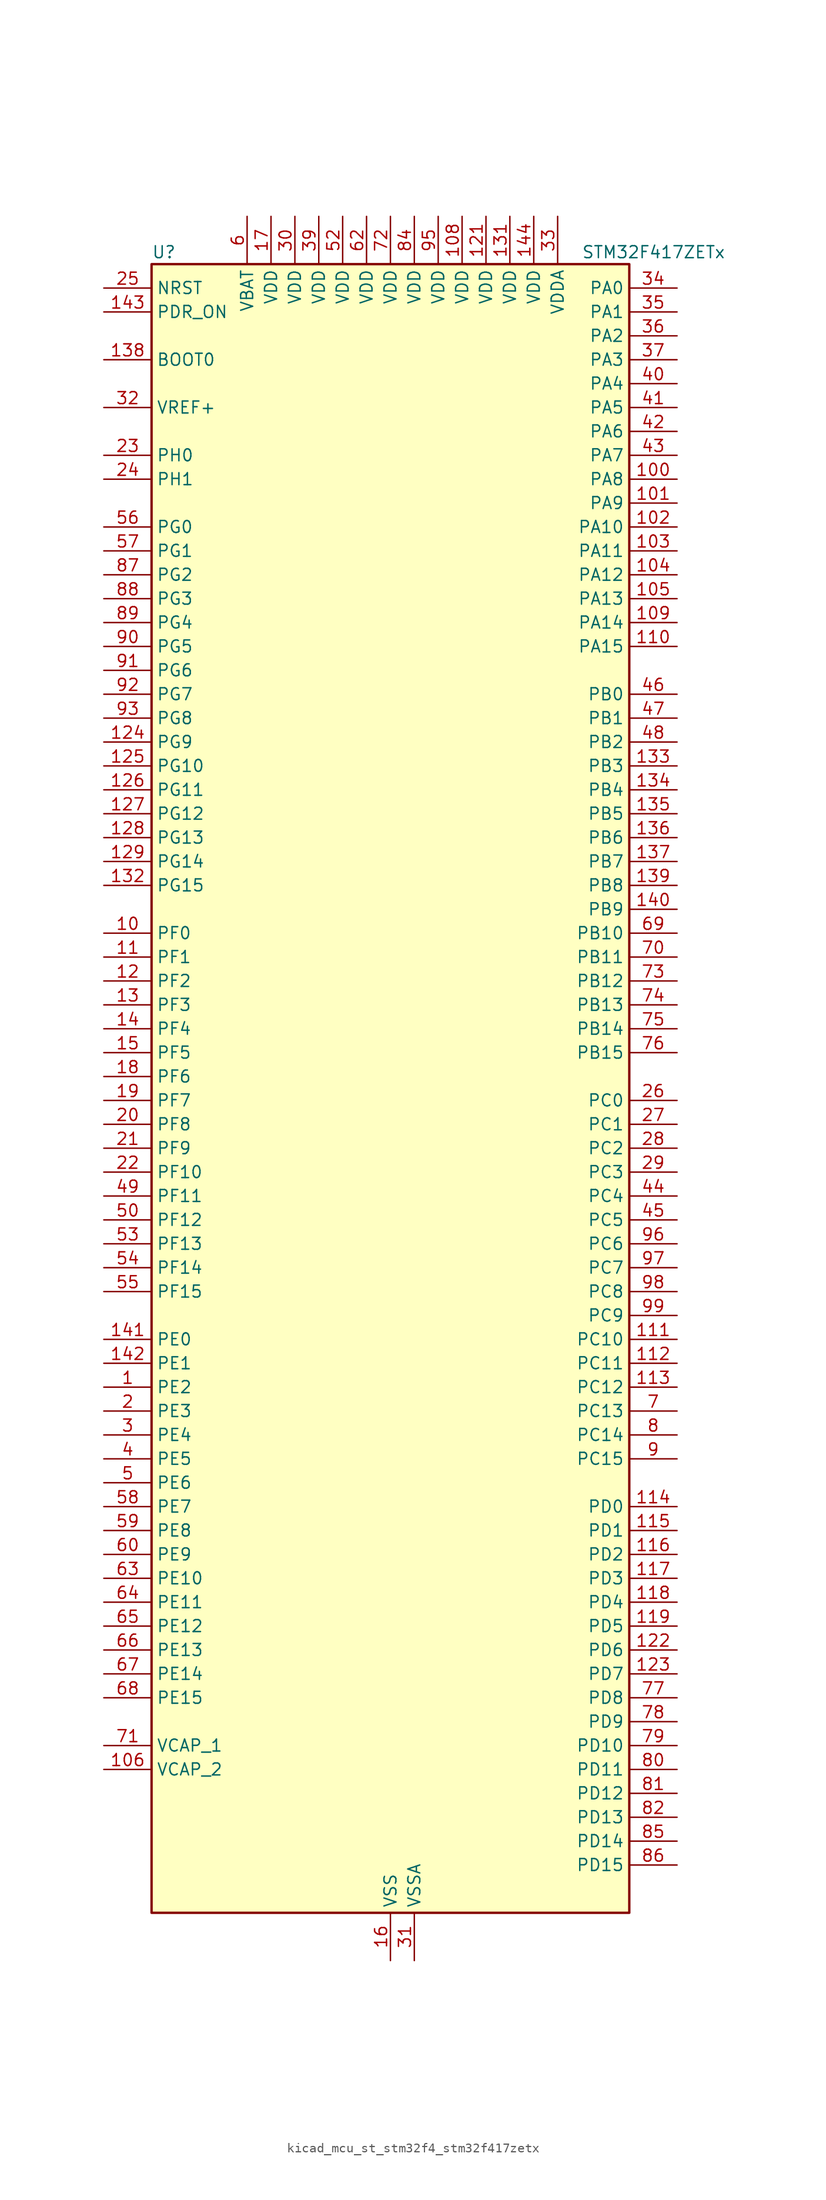
<source format=kicad_sym>
(kicad_symbol_lib
  (version 20220914)
  (generator kicad_symbol_editor)
  (symbol "kicad_mcu_st_stm32f4_stm32f417zetx"
    (property "Reference" "U"
      (at -25.4 90.17 0)
      (effects (font (size 1.27 1.27)) (justify left)))
    (property "Value" "STM32F417ZETx"
      (at 20.32 90.17 0)
      (effects (font (size 1.27 1.27)) (justify left)))
    (property "ki_locked" ""
      (at 0 0 0)
      (effects (font (size 1.27 1.27))))
    (symbol "kicad_mcu_st_stm32f4_stm32f417zetx_0_1"
      (rectangle (start -25.4 -86.36) (end 25.4 88.9) (stroke (width 0.254) (type default)) (fill (type background))))
    (symbol "kicad_mcu_st_stm32f4_stm32f417zetx_1_1"
      (pin bidirectional line (at -30.48 -30.48 0) (length 5.08) (name "PE2" (effects (font (size 1.27 1.27)))) (number "1" (effects (font (size 1.27 1.27)))) (alternate "ETH_TXD3" bidirectional line) (alternate "FSMC_A23" bidirectional line) (alternate "SYS_TRACECLK" bidirectional line))
      (pin bidirectional line (at -30.48 17.78 0) (length 5.08) (name "PF0" (effects (font (size 1.27 1.27)))) (number "10" (effects (font (size 1.27 1.27)))) (alternate "FSMC_A0" bidirectional line) (alternate "I2C2_SDA" bidirectional line))
      (pin bidirectional line (at 30.48 66.04 180) (length 5.08) (name "PA8" (effects (font (size 1.27 1.27)))) (number "100" (effects (font (size 1.27 1.27)))) (alternate "I2C3_SCL" bidirectional line) (alternate "RCC_MCO_1" bidirectional line) (alternate "TIM1_CH1" bidirectional line) (alternate "USART1_CK" bidirectional line) (alternate "USB_OTG_FS_SOF" bidirectional line))
      (pin bidirectional line (at 30.48 63.5 180) (length 5.08) (name "PA9" (effects (font (size 1.27 1.27)))) (number "101" (effects (font (size 1.27 1.27)))) (alternate "DAC_EXTI9" bidirectional line) (alternate "DCMI_D0" bidirectional line) (alternate "I2C3_SMBA" bidirectional line) (alternate "TIM1_CH2" bidirectional line) (alternate "USART1_TX" bidirectional line) (alternate "USB_OTG_FS_VBUS" bidirectional line))
      (pin bidirectional line (at 30.48 60.96 180) (length 5.08) (name "PA10" (effects (font (size 1.27 1.27)))) (number "102" (effects (font (size 1.27 1.27)))) (alternate "DCMI_D1" bidirectional line) (alternate "TIM1_CH3" bidirectional line) (alternate "USART1_RX" bidirectional line) (alternate "USB_OTG_FS_ID" bidirectional line))
      (pin bidirectional line (at 30.48 58.42 180) (length 5.08) (name "PA11" (effects (font (size 1.27 1.27)))) (number "103" (effects (font (size 1.27 1.27)))) (alternate "ADC1_EXTI11" bidirectional line) (alternate "ADC2_EXTI11" bidirectional line) (alternate "ADC3_EXTI11" bidirectional line) (alternate "CAN1_RX" bidirectional line) (alternate "TIM1_CH4" bidirectional line) (alternate "USART1_CTS" bidirectional line) (alternate "USB_OTG_FS_DM" bidirectional line))
      (pin bidirectional line (at 30.48 55.88 180) (length 5.08) (name "PA12" (effects (font (size 1.27 1.27)))) (number "104" (effects (font (size 1.27 1.27)))) (alternate "CAN1_TX" bidirectional line) (alternate "TIM1_ETR" bidirectional line) (alternate "USART1_RTS" bidirectional line) (alternate "USB_OTG_FS_DP" bidirectional line))
      (pin bidirectional line (at 30.48 53.34 180) (length 5.08) (name "PA13" (effects (font (size 1.27 1.27)))) (number "105" (effects (font (size 1.27 1.27)))) (alternate "SYS_JTMS-SWDIO" bidirectional line))
      (pin power_out line (at -30.48 -71.12 0) (length 5.08) (name "VCAP_2" (effects (font (size 1.27 1.27)))) (number "106" (effects (font (size 1.27 1.27)))))
      (pin passive line (at 0 -91.44 90) (length 5.08) hide (name "VSS" (effects (font (size 1.27 1.27)))) (number "107" (effects (font (size 1.27 1.27)))))
      (pin power_in line (at 7.62 93.98 270) (length 5.08) (name "VDD" (effects (font (size 1.27 1.27)))) (number "108" (effects (font (size 1.27 1.27)))))
      (pin bidirectional line (at 30.48 50.8 180) (length 5.08) (name "PA14" (effects (font (size 1.27 1.27)))) (number "109" (effects (font (size 1.27 1.27)))) (alternate "SYS_JTCK-SWCLK" bidirectional line))
      (pin bidirectional line (at -30.48 15.24 0) (length 5.08) (name "PF1" (effects (font (size 1.27 1.27)))) (number "11" (effects (font (size 1.27 1.27)))) (alternate "FSMC_A1" bidirectional line) (alternate "I2C2_SCL" bidirectional line))
      (pin bidirectional line (at 30.48 48.26 180) (length 5.08) (name "PA15" (effects (font (size 1.27 1.27)))) (number "110" (effects (font (size 1.27 1.27)))) (alternate "ADC1_EXTI15" bidirectional line) (alternate "ADC2_EXTI15" bidirectional line) (alternate "ADC3_EXTI15" bidirectional line) (alternate "I2S3_WS" bidirectional line) (alternate "SPI1_NSS" bidirectional line) (alternate "SPI3_NSS" bidirectional line) (alternate "SYS_JTDI" bidirectional line) (alternate "TIM2_CH1" bidirectional line) (alternate "TIM2_ETR" bidirectional line))
      (pin bidirectional line (at 30.48 -25.4 180) (length 5.08) (name "PC10" (effects (font (size 1.27 1.27)))) (number "111" (effects (font (size 1.27 1.27)))) (alternate "DCMI_D8" bidirectional line) (alternate "I2S3_CK" bidirectional line) (alternate "SDIO_D2" bidirectional line) (alternate "SPI3_SCK" bidirectional line) (alternate "UART4_TX" bidirectional line) (alternate "USART3_TX" bidirectional line))
      (pin bidirectional line (at 30.48 -27.94 180) (length 5.08) (name "PC11" (effects (font (size 1.27 1.27)))) (number "112" (effects (font (size 1.27 1.27)))) (alternate "ADC1_EXTI11" bidirectional line) (alternate "ADC2_EXTI11" bidirectional line) (alternate "ADC3_EXTI11" bidirectional line) (alternate "DCMI_D4" bidirectional line) (alternate "I2S3_ext_SD" bidirectional line) (alternate "SDIO_D3" bidirectional line) (alternate "SPI3_MISO" bidirectional line) (alternate "UART4_RX" bidirectional line) (alternate "USART3_RX" bidirectional line))
      (pin bidirectional line (at 30.48 -30.48 180) (length 5.08) (name "PC12" (effects (font (size 1.27 1.27)))) (number "113" (effects (font (size 1.27 1.27)))) (alternate "DCMI_D9" bidirectional line) (alternate "I2S3_SD" bidirectional line) (alternate "SDIO_CK" bidirectional line) (alternate "SPI3_MOSI" bidirectional line) (alternate "UART5_TX" bidirectional line) (alternate "USART3_CK" bidirectional line))
      (pin bidirectional line (at 30.48 -43.18 180) (length 5.08) (name "PD0" (effects (font (size 1.27 1.27)))) (number "114" (effects (font (size 1.27 1.27)))) (alternate "CAN1_RX" bidirectional line) (alternate "FSMC_D2" bidirectional line) (alternate "FSMC_DA2" bidirectional line))
      (pin bidirectional line (at 30.48 -45.72 180) (length 5.08) (name "PD1" (effects (font (size 1.27 1.27)))) (number "115" (effects (font (size 1.27 1.27)))) (alternate "CAN1_TX" bidirectional line) (alternate "FSMC_D3" bidirectional line) (alternate "FSMC_DA3" bidirectional line))
      (pin bidirectional line (at 30.48 -48.26 180) (length 5.08) (name "PD2" (effects (font (size 1.27 1.27)))) (number "116" (effects (font (size 1.27 1.27)))) (alternate "DCMI_D11" bidirectional line) (alternate "SDIO_CMD" bidirectional line) (alternate "TIM3_ETR" bidirectional line) (alternate "UART5_RX" bidirectional line))
      (pin bidirectional line (at 30.48 -50.8 180) (length 5.08) (name "PD3" (effects (font (size 1.27 1.27)))) (number "117" (effects (font (size 1.27 1.27)))) (alternate "FSMC_CLK" bidirectional line) (alternate "USART2_CTS" bidirectional line))
      (pin bidirectional line (at 30.48 -53.34 180) (length 5.08) (name "PD4" (effects (font (size 1.27 1.27)))) (number "118" (effects (font (size 1.27 1.27)))) (alternate "FSMC_NOE" bidirectional line) (alternate "USART2_RTS" bidirectional line))
      (pin bidirectional line (at 30.48 -55.88 180) (length 5.08) (name "PD5" (effects (font (size 1.27 1.27)))) (number "119" (effects (font (size 1.27 1.27)))) (alternate "FSMC_NWE" bidirectional line) (alternate "USART2_TX" bidirectional line))
      (pin bidirectional line (at -30.48 12.7 0) (length 5.08) (name "PF2" (effects (font (size 1.27 1.27)))) (number "12" (effects (font (size 1.27 1.27)))) (alternate "FSMC_A2" bidirectional line) (alternate "I2C2_SMBA" bidirectional line))
      (pin passive line (at 0 -91.44 90) (length 5.08) hide (name "VSS" (effects (font (size 1.27 1.27)))) (number "120" (effects (font (size 1.27 1.27)))))
      (pin power_in line (at 10.16 93.98 270) (length 5.08) (name "VDD" (effects (font (size 1.27 1.27)))) (number "121" (effects (font (size 1.27 1.27)))))
      (pin bidirectional line (at 30.48 -58.42 180) (length 5.08) (name "PD6" (effects (font (size 1.27 1.27)))) (number "122" (effects (font (size 1.27 1.27)))) (alternate "FSMC_NWAIT" bidirectional line) (alternate "USART2_RX" bidirectional line))
      (pin bidirectional line (at 30.48 -60.96 180) (length 5.08) (name "PD7" (effects (font (size 1.27 1.27)))) (number "123" (effects (font (size 1.27 1.27)))) (alternate "FSMC_NCE2" bidirectional line) (alternate "FSMC_NE1" bidirectional line) (alternate "USART2_CK" bidirectional line))
      (pin bidirectional line (at -30.48 38.1 0) (length 5.08) (name "PG9" (effects (font (size 1.27 1.27)))) (number "124" (effects (font (size 1.27 1.27)))) (alternate "DAC_EXTI9" bidirectional line) (alternate "FSMC_NCE3" bidirectional line) (alternate "FSMC_NE2" bidirectional line) (alternate "USART6_RX" bidirectional line))
      (pin bidirectional line (at -30.48 35.56 0) (length 5.08) (name "PG10" (effects (font (size 1.27 1.27)))) (number "125" (effects (font (size 1.27 1.27)))) (alternate "FSMC_NCE4_1" bidirectional line) (alternate "FSMC_NE3" bidirectional line))
      (pin bidirectional line (at -30.48 33.02 0) (length 5.08) (name "PG11" (effects (font (size 1.27 1.27)))) (number "126" (effects (font (size 1.27 1.27)))) (alternate "ADC1_EXTI11" bidirectional line) (alternate "ADC2_EXTI11" bidirectional line) (alternate "ADC3_EXTI11" bidirectional line) (alternate "ETH_TX_EN" bidirectional line) (alternate "FSMC_NCE4_2" bidirectional line))
      (pin bidirectional line (at -30.48 30.48 0) (length 5.08) (name "PG12" (effects (font (size 1.27 1.27)))) (number "127" (effects (font (size 1.27 1.27)))) (alternate "FSMC_NE4" bidirectional line) (alternate "USART6_RTS" bidirectional line))
      (pin bidirectional line (at -30.48 27.94 0) (length 5.08) (name "PG13" (effects (font (size 1.27 1.27)))) (number "128" (effects (font (size 1.27 1.27)))) (alternate "ETH_TXD0" bidirectional line) (alternate "FSMC_A24" bidirectional line) (alternate "USART6_CTS" bidirectional line))
      (pin bidirectional line (at -30.48 25.4 0) (length 5.08) (name "PG14" (effects (font (size 1.27 1.27)))) (number "129" (effects (font (size 1.27 1.27)))) (alternate "ETH_TXD1" bidirectional line) (alternate "FSMC_A25" bidirectional line) (alternate "USART6_TX" bidirectional line))
      (pin bidirectional line (at -30.48 10.16 0) (length 5.08) (name "PF3" (effects (font (size 1.27 1.27)))) (number "13" (effects (font (size 1.27 1.27)))) (alternate "ADC3_IN9" bidirectional line) (alternate "FSMC_A3" bidirectional line))
      (pin passive line (at 0 -91.44 90) (length 5.08) hide (name "VSS" (effects (font (size 1.27 1.27)))) (number "130" (effects (font (size 1.27 1.27)))))
      (pin power_in line (at 12.7 93.98 270) (length 5.08) (name "VDD" (effects (font (size 1.27 1.27)))) (number "131" (effects (font (size 1.27 1.27)))))
      (pin bidirectional line (at -30.48 22.86 0) (length 5.08) (name "PG15" (effects (font (size 1.27 1.27)))) (number "132" (effects (font (size 1.27 1.27)))) (alternate "ADC1_EXTI15" bidirectional line) (alternate "ADC2_EXTI15" bidirectional line) (alternate "ADC3_EXTI15" bidirectional line) (alternate "DCMI_D13" bidirectional line) (alternate "USART6_CTS" bidirectional line))
      (pin bidirectional line (at 30.48 35.56 180) (length 5.08) (name "PB3" (effects (font (size 1.27 1.27)))) (number "133" (effects (font (size 1.27 1.27)))) (alternate "I2S3_CK" bidirectional line) (alternate "SPI1_SCK" bidirectional line) (alternate "SPI3_SCK" bidirectional line) (alternate "SYS_JTDO-SWO" bidirectional line) (alternate "TIM2_CH2" bidirectional line))
      (pin bidirectional line (at 30.48 33.02 180) (length 5.08) (name "PB4" (effects (font (size 1.27 1.27)))) (number "134" (effects (font (size 1.27 1.27)))) (alternate "I2S3_ext_SD" bidirectional line) (alternate "SPI1_MISO" bidirectional line) (alternate "SPI3_MISO" bidirectional line) (alternate "SYS_JTRST" bidirectional line) (alternate "TIM3_CH1" bidirectional line))
      (pin bidirectional line (at 30.48 30.48 180) (length 5.08) (name "PB5" (effects (font (size 1.27 1.27)))) (number "135" (effects (font (size 1.27 1.27)))) (alternate "CAN2_RX" bidirectional line) (alternate "DCMI_D10" bidirectional line) (alternate "ETH_PPS_OUT" bidirectional line) (alternate "I2C1_SMBA" bidirectional line) (alternate "I2S3_SD" bidirectional line) (alternate "SPI1_MOSI" bidirectional line) (alternate "SPI3_MOSI" bidirectional line) (alternate "TIM3_CH2" bidirectional line) (alternate "USB_OTG_HS_ULPI_D7" bidirectional line))
      (pin bidirectional line (at 30.48 27.94 180) (length 5.08) (name "PB6" (effects (font (size 1.27 1.27)))) (number "136" (effects (font (size 1.27 1.27)))) (alternate "CAN2_TX" bidirectional line) (alternate "DCMI_D5" bidirectional line) (alternate "I2C1_SCL" bidirectional line) (alternate "TIM4_CH1" bidirectional line) (alternate "USART1_TX" bidirectional line))
      (pin bidirectional line (at 30.48 25.4 180) (length 5.08) (name "PB7" (effects (font (size 1.27 1.27)))) (number "137" (effects (font (size 1.27 1.27)))) (alternate "DCMI_VSYNC" bidirectional line) (alternate "FSMC_NL" bidirectional line) (alternate "I2C1_SDA" bidirectional line) (alternate "TIM4_CH2" bidirectional line) (alternate "USART1_RX" bidirectional line))
      (pin input line (at -30.48 78.74 0) (length 5.08) (name "BOOT0" (effects (font (size 1.27 1.27)))) (number "138" (effects (font (size 1.27 1.27)))))
      (pin bidirectional line (at 30.48 22.86 180) (length 5.08) (name "PB8" (effects (font (size 1.27 1.27)))) (number "139" (effects (font (size 1.27 1.27)))) (alternate "CAN1_RX" bidirectional line) (alternate "DCMI_D6" bidirectional line) (alternate "ETH_TXD3" bidirectional line) (alternate "I2C1_SCL" bidirectional line) (alternate "SDIO_D4" bidirectional line) (alternate "TIM10_CH1" bidirectional line) (alternate "TIM4_CH3" bidirectional line))
      (pin bidirectional line (at -30.48 7.62 0) (length 5.08) (name "PF4" (effects (font (size 1.27 1.27)))) (number "14" (effects (font (size 1.27 1.27)))) (alternate "ADC3_IN14" bidirectional line) (alternate "FSMC_A4" bidirectional line))
      (pin bidirectional line (at 30.48 20.32 180) (length 5.08) (name "PB9" (effects (font (size 1.27 1.27)))) (number "140" (effects (font (size 1.27 1.27)))) (alternate "CAN1_TX" bidirectional line) (alternate "DAC_EXTI9" bidirectional line) (alternate "DCMI_D7" bidirectional line) (alternate "I2C1_SDA" bidirectional line) (alternate "I2S2_WS" bidirectional line) (alternate "SDIO_D5" bidirectional line) (alternate "SPI2_NSS" bidirectional line) (alternate "TIM11_CH1" bidirectional line) (alternate "TIM4_CH4" bidirectional line))
      (pin bidirectional line (at -30.48 -25.4 0) (length 5.08) (name "PE0" (effects (font (size 1.27 1.27)))) (number "141" (effects (font (size 1.27 1.27)))) (alternate "DCMI_D2" bidirectional line) (alternate "FSMC_NBL0" bidirectional line) (alternate "TIM4_ETR" bidirectional line))
      (pin bidirectional line (at -30.48 -27.94 0) (length 5.08) (name "PE1" (effects (font (size 1.27 1.27)))) (number "142" (effects (font (size 1.27 1.27)))) (alternate "DCMI_D3" bidirectional line) (alternate "FSMC_NBL1" bidirectional line))
      (pin input line (at -30.48 83.82 0) (length 5.08) (name "PDR_ON" (effects (font (size 1.27 1.27)))) (number "143" (effects (font (size 1.27 1.27)))))
      (pin power_in line (at 15.24 93.98 270) (length 5.08) (name "VDD" (effects (font (size 1.27 1.27)))) (number "144" (effects (font (size 1.27 1.27)))))
      (pin bidirectional line (at -30.48 5.08 0) (length 5.08) (name "PF5" (effects (font (size 1.27 1.27)))) (number "15" (effects (font (size 1.27 1.27)))) (alternate "ADC3_IN15" bidirectional line) (alternate "FSMC_A5" bidirectional line))
      (pin power_in line (at 0 -91.44 90) (length 5.08) (name "VSS" (effects (font (size 1.27 1.27)))) (number "16" (effects (font (size 1.27 1.27)))))
      (pin power_in line (at -12.7 93.98 270) (length 5.08) (name "VDD" (effects (font (size 1.27 1.27)))) (number "17" (effects (font (size 1.27 1.27)))))
      (pin bidirectional line (at -30.48 2.54 0) (length 5.08) (name "PF6" (effects (font (size 1.27 1.27)))) (number "18" (effects (font (size 1.27 1.27)))) (alternate "ADC3_IN4" bidirectional line) (alternate "FSMC_NIORD" bidirectional line) (alternate "TIM10_CH1" bidirectional line))
      (pin bidirectional line (at -30.48 0 0) (length 5.08) (name "PF7" (effects (font (size 1.27 1.27)))) (number "19" (effects (font (size 1.27 1.27)))) (alternate "ADC3_IN5" bidirectional line) (alternate "FSMC_NREG" bidirectional line) (alternate "TIM11_CH1" bidirectional line))
      (pin bidirectional line (at -30.48 -33.02 0) (length 5.08) (name "PE3" (effects (font (size 1.27 1.27)))) (number "2" (effects (font (size 1.27 1.27)))) (alternate "FSMC_A19" bidirectional line) (alternate "SYS_TRACED0" bidirectional line))
      (pin bidirectional line (at -30.48 -2.54 0) (length 5.08) (name "PF8" (effects (font (size 1.27 1.27)))) (number "20" (effects (font (size 1.27 1.27)))) (alternate "ADC3_IN6" bidirectional line) (alternate "FSMC_NIOWR" bidirectional line) (alternate "TIM13_CH1" bidirectional line))
      (pin bidirectional line (at -30.48 -5.08 0) (length 5.08) (name "PF9" (effects (font (size 1.27 1.27)))) (number "21" (effects (font (size 1.27 1.27)))) (alternate "ADC3_IN7" bidirectional line) (alternate "DAC_EXTI9" bidirectional line) (alternate "FSMC_CD" bidirectional line) (alternate "TIM14_CH1" bidirectional line))
      (pin bidirectional line (at -30.48 -7.62 0) (length 5.08) (name "PF10" (effects (font (size 1.27 1.27)))) (number "22" (effects (font (size 1.27 1.27)))) (alternate "ADC3_IN8" bidirectional line) (alternate "FSMC_INTR" bidirectional line))
      (pin bidirectional line (at -30.48 68.58 0) (length 5.08) (name "PH0" (effects (font (size 1.27 1.27)))) (number "23" (effects (font (size 1.27 1.27)))) (alternate "RCC_OSC_IN" bidirectional line))
      (pin bidirectional line (at -30.48 66.04 0) (length 5.08) (name "PH1" (effects (font (size 1.27 1.27)))) (number "24" (effects (font (size 1.27 1.27)))) (alternate "RCC_OSC_OUT" bidirectional line))
      (pin input line (at -30.48 86.36 0) (length 5.08) (name "NRST" (effects (font (size 1.27 1.27)))) (number "25" (effects (font (size 1.27 1.27)))))
      (pin bidirectional line (at 30.48 0 180) (length 5.08) (name "PC0" (effects (font (size 1.27 1.27)))) (number "26" (effects (font (size 1.27 1.27)))) (alternate "ADC1_IN10" bidirectional line) (alternate "ADC2_IN10" bidirectional line) (alternate "ADC3_IN10" bidirectional line) (alternate "USB_OTG_HS_ULPI_STP" bidirectional line))
      (pin bidirectional line (at 30.48 -2.54 180) (length 5.08) (name "PC1" (effects (font (size 1.27 1.27)))) (number "27" (effects (font (size 1.27 1.27)))) (alternate "ADC1_IN11" bidirectional line) (alternate "ADC2_IN11" bidirectional line) (alternate "ADC3_IN11" bidirectional line) (alternate "ETH_MDC" bidirectional line))
      (pin bidirectional line (at 30.48 -5.08 180) (length 5.08) (name "PC2" (effects (font (size 1.27 1.27)))) (number "28" (effects (font (size 1.27 1.27)))) (alternate "ADC1_IN12" bidirectional line) (alternate "ADC2_IN12" bidirectional line) (alternate "ADC3_IN12" bidirectional line) (alternate "ETH_TXD2" bidirectional line) (alternate "I2S2_ext_SD" bidirectional line) (alternate "SPI2_MISO" bidirectional line) (alternate "USB_OTG_HS_ULPI_DIR" bidirectional line))
      (pin bidirectional line (at 30.48 -7.62 180) (length 5.08) (name "PC3" (effects (font (size 1.27 1.27)))) (number "29" (effects (font (size 1.27 1.27)))) (alternate "ADC1_IN13" bidirectional line) (alternate "ADC2_IN13" bidirectional line) (alternate "ADC3_IN13" bidirectional line) (alternate "ETH_TX_CLK" bidirectional line) (alternate "I2S2_SD" bidirectional line) (alternate "SPI2_MOSI" bidirectional line) (alternate "USB_OTG_HS_ULPI_NXT" bidirectional line))
      (pin bidirectional line (at -30.48 -35.56 0) (length 5.08) (name "PE4" (effects (font (size 1.27 1.27)))) (number "3" (effects (font (size 1.27 1.27)))) (alternate "DCMI_D4" bidirectional line) (alternate "FSMC_A20" bidirectional line) (alternate "SYS_TRACED1" bidirectional line))
      (pin power_in line (at -10.16 93.98 270) (length 5.08) (name "VDD" (effects (font (size 1.27 1.27)))) (number "30" (effects (font (size 1.27 1.27)))))
      (pin power_in line (at 2.54 -91.44 90) (length 5.08) (name "VSSA" (effects (font (size 1.27 1.27)))) (number "31" (effects (font (size 1.27 1.27)))))
      (pin input line (at -30.48 73.66 0) (length 5.08) (name "VREF+" (effects (font (size 1.27 1.27)))) (number "32" (effects (font (size 1.27 1.27)))))
      (pin power_in line (at 17.78 93.98 270) (length 5.08) (name "VDDA" (effects (font (size 1.27 1.27)))) (number "33" (effects (font (size 1.27 1.27)))))
      (pin bidirectional line (at 30.48 86.36 180) (length 5.08) (name "PA0" (effects (font (size 1.27 1.27)))) (number "34" (effects (font (size 1.27 1.27)))) (alternate "ADC1_IN0" bidirectional line) (alternate "ADC2_IN0" bidirectional line) (alternate "ADC3_IN0" bidirectional line) (alternate "ETH_CRS" bidirectional line) (alternate "SYS_WKUP" bidirectional line) (alternate "TIM2_CH1" bidirectional line) (alternate "TIM2_ETR" bidirectional line) (alternate "TIM5_CH1" bidirectional line) (alternate "TIM8_ETR" bidirectional line) (alternate "UART4_TX" bidirectional line) (alternate "USART2_CTS" bidirectional line))
      (pin bidirectional line (at 30.48 83.82 180) (length 5.08) (name "PA1" (effects (font (size 1.27 1.27)))) (number "35" (effects (font (size 1.27 1.27)))) (alternate "ADC1_IN1" bidirectional line) (alternate "ADC2_IN1" bidirectional line) (alternate "ADC3_IN1" bidirectional line) (alternate "ETH_REF_CLK" bidirectional line) (alternate "ETH_RX_CLK" bidirectional line) (alternate "TIM2_CH2" bidirectional line) (alternate "TIM5_CH2" bidirectional line) (alternate "UART4_RX" bidirectional line) (alternate "USART2_RTS" bidirectional line))
      (pin bidirectional line (at 30.48 81.28 180) (length 5.08) (name "PA2" (effects (font (size 1.27 1.27)))) (number "36" (effects (font (size 1.27 1.27)))) (alternate "ADC1_IN2" bidirectional line) (alternate "ADC2_IN2" bidirectional line) (alternate "ADC3_IN2" bidirectional line) (alternate "ETH_MDIO" bidirectional line) (alternate "TIM2_CH3" bidirectional line) (alternate "TIM5_CH3" bidirectional line) (alternate "TIM9_CH1" bidirectional line) (alternate "USART2_TX" bidirectional line))
      (pin bidirectional line (at 30.48 78.74 180) (length 5.08) (name "PA3" (effects (font (size 1.27 1.27)))) (number "37" (effects (font (size 1.27 1.27)))) (alternate "ADC1_IN3" bidirectional line) (alternate "ADC2_IN3" bidirectional line) (alternate "ADC3_IN3" bidirectional line) (alternate "ETH_COL" bidirectional line) (alternate "TIM2_CH4" bidirectional line) (alternate "TIM5_CH4" bidirectional line) (alternate "TIM9_CH2" bidirectional line) (alternate "USART2_RX" bidirectional line) (alternate "USB_OTG_HS_ULPI_D0" bidirectional line))
      (pin passive line (at 0 -91.44 90) (length 5.08) hide (name "VSS" (effects (font (size 1.27 1.27)))) (number "38" (effects (font (size 1.27 1.27)))))
      (pin power_in line (at -7.62 93.98 270) (length 5.08) (name "VDD" (effects (font (size 1.27 1.27)))) (number "39" (effects (font (size 1.27 1.27)))))
      (pin bidirectional line (at -30.48 -38.1 0) (length 5.08) (name "PE5" (effects (font (size 1.27 1.27)))) (number "4" (effects (font (size 1.27 1.27)))) (alternate "DCMI_D6" bidirectional line) (alternate "FSMC_A21" bidirectional line) (alternate "SYS_TRACED2" bidirectional line) (alternate "TIM9_CH1" bidirectional line))
      (pin bidirectional line (at 30.48 76.2 180) (length 5.08) (name "PA4" (effects (font (size 1.27 1.27)))) (number "40" (effects (font (size 1.27 1.27)))) (alternate "ADC1_IN4" bidirectional line) (alternate "ADC2_IN4" bidirectional line) (alternate "DAC_OUT1" bidirectional line) (alternate "DCMI_HSYNC" bidirectional line) (alternate "I2S3_WS" bidirectional line) (alternate "SPI1_NSS" bidirectional line) (alternate "SPI3_NSS" bidirectional line) (alternate "USART2_CK" bidirectional line) (alternate "USB_OTG_HS_SOF" bidirectional line))
      (pin bidirectional line (at 30.48 73.66 180) (length 5.08) (name "PA5" (effects (font (size 1.27 1.27)))) (number "41" (effects (font (size 1.27 1.27)))) (alternate "ADC1_IN5" bidirectional line) (alternate "ADC2_IN5" bidirectional line) (alternate "DAC_OUT2" bidirectional line) (alternate "SPI1_SCK" bidirectional line) (alternate "TIM2_CH1" bidirectional line) (alternate "TIM2_ETR" bidirectional line) (alternate "TIM8_CH1N" bidirectional line) (alternate "USB_OTG_HS_ULPI_CK" bidirectional line))
      (pin bidirectional line (at 30.48 71.12 180) (length 5.08) (name "PA6" (effects (font (size 1.27 1.27)))) (number "42" (effects (font (size 1.27 1.27)))) (alternate "ADC1_IN6" bidirectional line) (alternate "ADC2_IN6" bidirectional line) (alternate "DCMI_PIXCLK" bidirectional line) (alternate "SPI1_MISO" bidirectional line) (alternate "TIM13_CH1" bidirectional line) (alternate "TIM1_BKIN" bidirectional line) (alternate "TIM3_CH1" bidirectional line) (alternate "TIM8_BKIN" bidirectional line))
      (pin bidirectional line (at 30.48 68.58 180) (length 5.08) (name "PA7" (effects (font (size 1.27 1.27)))) (number "43" (effects (font (size 1.27 1.27)))) (alternate "ADC1_IN7" bidirectional line) (alternate "ADC2_IN7" bidirectional line) (alternate "ETH_CRS_DV" bidirectional line) (alternate "ETH_RX_DV" bidirectional line) (alternate "SPI1_MOSI" bidirectional line) (alternate "TIM14_CH1" bidirectional line) (alternate "TIM1_CH1N" bidirectional line) (alternate "TIM3_CH2" bidirectional line) (alternate "TIM8_CH1N" bidirectional line))
      (pin bidirectional line (at 30.48 -10.16 180) (length 5.08) (name "PC4" (effects (font (size 1.27 1.27)))) (number "44" (effects (font (size 1.27 1.27)))) (alternate "ADC1_IN14" bidirectional line) (alternate "ADC2_IN14" bidirectional line) (alternate "ETH_RXD0" bidirectional line))
      (pin bidirectional line (at 30.48 -12.7 180) (length 5.08) (name "PC5" (effects (font (size 1.27 1.27)))) (number "45" (effects (font (size 1.27 1.27)))) (alternate "ADC1_IN15" bidirectional line) (alternate "ADC2_IN15" bidirectional line) (alternate "ETH_RXD1" bidirectional line))
      (pin bidirectional line (at 30.48 43.18 180) (length 5.08) (name "PB0" (effects (font (size 1.27 1.27)))) (number "46" (effects (font (size 1.27 1.27)))) (alternate "ADC1_IN8" bidirectional line) (alternate "ADC2_IN8" bidirectional line) (alternate "ETH_RXD2" bidirectional line) (alternate "TIM1_CH2N" bidirectional line) (alternate "TIM3_CH3" bidirectional line) (alternate "TIM8_CH2N" bidirectional line) (alternate "USB_OTG_HS_ULPI_D1" bidirectional line))
      (pin bidirectional line (at 30.48 40.64 180) (length 5.08) (name "PB1" (effects (font (size 1.27 1.27)))) (number "47" (effects (font (size 1.27 1.27)))) (alternate "ADC1_IN9" bidirectional line) (alternate "ADC2_IN9" bidirectional line) (alternate "ETH_RXD3" bidirectional line) (alternate "TIM1_CH3N" bidirectional line) (alternate "TIM3_CH4" bidirectional line) (alternate "TIM8_CH3N" bidirectional line) (alternate "USB_OTG_HS_ULPI_D2" bidirectional line))
      (pin bidirectional line (at 30.48 38.1 180) (length 5.08) (name "PB2" (effects (font (size 1.27 1.27)))) (number "48" (effects (font (size 1.27 1.27)))))
      (pin bidirectional line (at -30.48 -10.16 0) (length 5.08) (name "PF11" (effects (font (size 1.27 1.27)))) (number "49" (effects (font (size 1.27 1.27)))) (alternate "ADC1_EXTI11" bidirectional line) (alternate "ADC2_EXTI11" bidirectional line) (alternate "ADC3_EXTI11" bidirectional line) (alternate "DCMI_D12" bidirectional line))
      (pin bidirectional line (at -30.48 -40.64 0) (length 5.08) (name "PE6" (effects (font (size 1.27 1.27)))) (number "5" (effects (font (size 1.27 1.27)))) (alternate "DCMI_D7" bidirectional line) (alternate "FSMC_A22" bidirectional line) (alternate "SYS_TRACED3" bidirectional line) (alternate "TIM9_CH2" bidirectional line))
      (pin bidirectional line (at -30.48 -12.7 0) (length 5.08) (name "PF12" (effects (font (size 1.27 1.27)))) (number "50" (effects (font (size 1.27 1.27)))) (alternate "FSMC_A6" bidirectional line))
      (pin passive line (at 0 -91.44 90) (length 5.08) hide (name "VSS" (effects (font (size 1.27 1.27)))) (number "51" (effects (font (size 1.27 1.27)))))
      (pin power_in line (at -5.08 93.98 270) (length 5.08) (name "VDD" (effects (font (size 1.27 1.27)))) (number "52" (effects (font (size 1.27 1.27)))))
      (pin bidirectional line (at -30.48 -15.24 0) (length 5.08) (name "PF13" (effects (font (size 1.27 1.27)))) (number "53" (effects (font (size 1.27 1.27)))) (alternate "FSMC_A7" bidirectional line))
      (pin bidirectional line (at -30.48 -17.78 0) (length 5.08) (name "PF14" (effects (font (size 1.27 1.27)))) (number "54" (effects (font (size 1.27 1.27)))) (alternate "FSMC_A8" bidirectional line))
      (pin bidirectional line (at -30.48 -20.32 0) (length 5.08) (name "PF15" (effects (font (size 1.27 1.27)))) (number "55" (effects (font (size 1.27 1.27)))) (alternate "ADC1_EXTI15" bidirectional line) (alternate "ADC2_EXTI15" bidirectional line) (alternate "ADC3_EXTI15" bidirectional line) (alternate "FSMC_A9" bidirectional line))
      (pin bidirectional line (at -30.48 60.96 0) (length 5.08) (name "PG0" (effects (font (size 1.27 1.27)))) (number "56" (effects (font (size 1.27 1.27)))) (alternate "FSMC_A10" bidirectional line))
      (pin bidirectional line (at -30.48 58.42 0) (length 5.08) (name "PG1" (effects (font (size 1.27 1.27)))) (number "57" (effects (font (size 1.27 1.27)))) (alternate "FSMC_A11" bidirectional line))
      (pin bidirectional line (at -30.48 -43.18 0) (length 5.08) (name "PE7" (effects (font (size 1.27 1.27)))) (number "58" (effects (font (size 1.27 1.27)))) (alternate "FSMC_D4" bidirectional line) (alternate "FSMC_DA4" bidirectional line) (alternate "TIM1_ETR" bidirectional line))
      (pin bidirectional line (at -30.48 -45.72 0) (length 5.08) (name "PE8" (effects (font (size 1.27 1.27)))) (number "59" (effects (font (size 1.27 1.27)))) (alternate "FSMC_D5" bidirectional line) (alternate "FSMC_DA5" bidirectional line) (alternate "TIM1_CH1N" bidirectional line))
      (pin power_in line (at -15.24 93.98 270) (length 5.08) (name "VBAT" (effects (font (size 1.27 1.27)))) (number "6" (effects (font (size 1.27 1.27)))))
      (pin bidirectional line (at -30.48 -48.26 0) (length 5.08) (name "PE9" (effects (font (size 1.27 1.27)))) (number "60" (effects (font (size 1.27 1.27)))) (alternate "DAC_EXTI9" bidirectional line) (alternate "FSMC_D6" bidirectional line) (alternate "FSMC_DA6" bidirectional line) (alternate "TIM1_CH1" bidirectional line))
      (pin passive line (at 0 -91.44 90) (length 5.08) hide (name "VSS" (effects (font (size 1.27 1.27)))) (number "61" (effects (font (size 1.27 1.27)))))
      (pin power_in line (at -2.54 93.98 270) (length 5.08) (name "VDD" (effects (font (size 1.27 1.27)))) (number "62" (effects (font (size 1.27 1.27)))))
      (pin bidirectional line (at -30.48 -50.8 0) (length 5.08) (name "PE10" (effects (font (size 1.27 1.27)))) (number "63" (effects (font (size 1.27 1.27)))) (alternate "FSMC_D7" bidirectional line) (alternate "FSMC_DA7" bidirectional line) (alternate "TIM1_CH2N" bidirectional line))
      (pin bidirectional line (at -30.48 -53.34 0) (length 5.08) (name "PE11" (effects (font (size 1.27 1.27)))) (number "64" (effects (font (size 1.27 1.27)))) (alternate "ADC1_EXTI11" bidirectional line) (alternate "ADC2_EXTI11" bidirectional line) (alternate "ADC3_EXTI11" bidirectional line) (alternate "FSMC_D8" bidirectional line) (alternate "FSMC_DA8" bidirectional line) (alternate "TIM1_CH2" bidirectional line))
      (pin bidirectional line (at -30.48 -55.88 0) (length 5.08) (name "PE12" (effects (font (size 1.27 1.27)))) (number "65" (effects (font (size 1.27 1.27)))) (alternate "FSMC_D9" bidirectional line) (alternate "FSMC_DA9" bidirectional line) (alternate "TIM1_CH3N" bidirectional line))
      (pin bidirectional line (at -30.48 -58.42 0) (length 5.08) (name "PE13" (effects (font (size 1.27 1.27)))) (number "66" (effects (font (size 1.27 1.27)))) (alternate "FSMC_D10" bidirectional line) (alternate "FSMC_DA10" bidirectional line) (alternate "TIM1_CH3" bidirectional line))
      (pin bidirectional line (at -30.48 -60.96 0) (length 5.08) (name "PE14" (effects (font (size 1.27 1.27)))) (number "67" (effects (font (size 1.27 1.27)))) (alternate "FSMC_D11" bidirectional line) (alternate "FSMC_DA11" bidirectional line) (alternate "TIM1_CH4" bidirectional line))
      (pin bidirectional line (at -30.48 -63.5 0) (length 5.08) (name "PE15" (effects (font (size 1.27 1.27)))) (number "68" (effects (font (size 1.27 1.27)))) (alternate "ADC1_EXTI15" bidirectional line) (alternate "ADC2_EXTI15" bidirectional line) (alternate "ADC3_EXTI15" bidirectional line) (alternate "FSMC_D12" bidirectional line) (alternate "FSMC_DA12" bidirectional line) (alternate "TIM1_BKIN" bidirectional line))
      (pin bidirectional line (at 30.48 17.78 180) (length 5.08) (name "PB10" (effects (font (size 1.27 1.27)))) (number "69" (effects (font (size 1.27 1.27)))) (alternate "ETH_RX_ER" bidirectional line) (alternate "I2C2_SCL" bidirectional line) (alternate "I2S2_CK" bidirectional line) (alternate "SPI2_SCK" bidirectional line) (alternate "TIM2_CH3" bidirectional line) (alternate "USART3_TX" bidirectional line) (alternate "USB_OTG_HS_ULPI_D3" bidirectional line))
      (pin bidirectional line (at 30.48 -33.02 180) (length 5.08) (name "PC13" (effects (font (size 1.27 1.27)))) (number "7" (effects (font (size 1.27 1.27)))) (alternate "RTC_AF1" bidirectional line))
      (pin bidirectional line (at 30.48 15.24 180) (length 5.08) (name "PB11" (effects (font (size 1.27 1.27)))) (number "70" (effects (font (size 1.27 1.27)))) (alternate "ADC1_EXTI11" bidirectional line) (alternate "ADC2_EXTI11" bidirectional line) (alternate "ADC3_EXTI11" bidirectional line) (alternate "ETH_TX_EN" bidirectional line) (alternate "I2C2_SDA" bidirectional line) (alternate "TIM2_CH4" bidirectional line) (alternate "USART3_RX" bidirectional line) (alternate "USB_OTG_HS_ULPI_D4" bidirectional line))
      (pin power_out line (at -30.48 -68.58 0) (length 5.08) (name "VCAP_1" (effects (font (size 1.27 1.27)))) (number "71" (effects (font (size 1.27 1.27)))))
      (pin power_in line (at 0 93.98 270) (length 5.08) (name "VDD" (effects (font (size 1.27 1.27)))) (number "72" (effects (font (size 1.27 1.27)))))
      (pin bidirectional line (at 30.48 12.7 180) (length 5.08) (name "PB12" (effects (font (size 1.27 1.27)))) (number "73" (effects (font (size 1.27 1.27)))) (alternate "CAN2_RX" bidirectional line) (alternate "ETH_TXD0" bidirectional line) (alternate "I2C2_SMBA" bidirectional line) (alternate "I2S2_WS" bidirectional line) (alternate "SPI2_NSS" bidirectional line) (alternate "TIM1_BKIN" bidirectional line) (alternate "USART3_CK" bidirectional line) (alternate "USB_OTG_HS_ID" bidirectional line) (alternate "USB_OTG_HS_ULPI_D5" bidirectional line))
      (pin bidirectional line (at 30.48 10.16 180) (length 5.08) (name "PB13" (effects (font (size 1.27 1.27)))) (number "74" (effects (font (size 1.27 1.27)))) (alternate "CAN2_TX" bidirectional line) (alternate "ETH_TXD1" bidirectional line) (alternate "I2S2_CK" bidirectional line) (alternate "SPI2_SCK" bidirectional line) (alternate "TIM1_CH1N" bidirectional line) (alternate "USART3_CTS" bidirectional line) (alternate "USB_OTG_HS_ULPI_D6" bidirectional line) (alternate "USB_OTG_HS_VBUS" bidirectional line))
      (pin bidirectional line (at 30.48 7.62 180) (length 5.08) (name "PB14" (effects (font (size 1.27 1.27)))) (number "75" (effects (font (size 1.27 1.27)))) (alternate "I2S2_ext_SD" bidirectional line) (alternate "SPI2_MISO" bidirectional line) (alternate "TIM12_CH1" bidirectional line) (alternate "TIM1_CH2N" bidirectional line) (alternate "TIM8_CH2N" bidirectional line) (alternate "USART3_RTS" bidirectional line) (alternate "USB_OTG_HS_DM" bidirectional line))
      (pin bidirectional line (at 30.48 5.08 180) (length 5.08) (name "PB15" (effects (font (size 1.27 1.27)))) (number "76" (effects (font (size 1.27 1.27)))) (alternate "ADC1_EXTI15" bidirectional line) (alternate "ADC2_EXTI15" bidirectional line) (alternate "ADC3_EXTI15" bidirectional line) (alternate "I2S2_SD" bidirectional line) (alternate "RTC_REFIN" bidirectional line) (alternate "SPI2_MOSI" bidirectional line) (alternate "TIM12_CH2" bidirectional line) (alternate "TIM1_CH3N" bidirectional line) (alternate "TIM8_CH3N" bidirectional line) (alternate "USB_OTG_HS_DP" bidirectional line))
      (pin bidirectional line (at 30.48 -63.5 180) (length 5.08) (name "PD8" (effects (font (size 1.27 1.27)))) (number "77" (effects (font (size 1.27 1.27)))) (alternate "FSMC_D13" bidirectional line) (alternate "FSMC_DA13" bidirectional line) (alternate "USART3_TX" bidirectional line))
      (pin bidirectional line (at 30.48 -66.04 180) (length 5.08) (name "PD9" (effects (font (size 1.27 1.27)))) (number "78" (effects (font (size 1.27 1.27)))) (alternate "DAC_EXTI9" bidirectional line) (alternate "FSMC_D14" bidirectional line) (alternate "FSMC_DA14" bidirectional line) (alternate "USART3_RX" bidirectional line))
      (pin bidirectional line (at 30.48 -68.58 180) (length 5.08) (name "PD10" (effects (font (size 1.27 1.27)))) (number "79" (effects (font (size 1.27 1.27)))) (alternate "FSMC_D15" bidirectional line) (alternate "FSMC_DA15" bidirectional line) (alternate "USART3_CK" bidirectional line))
      (pin bidirectional line (at 30.48 -35.56 180) (length 5.08) (name "PC14" (effects (font (size 1.27 1.27)))) (number "8" (effects (font (size 1.27 1.27)))) (alternate "RCC_OSC32_IN" bidirectional line))
      (pin bidirectional line (at 30.48 -71.12 180) (length 5.08) (name "PD11" (effects (font (size 1.27 1.27)))) (number "80" (effects (font (size 1.27 1.27)))) (alternate "ADC1_EXTI11" bidirectional line) (alternate "ADC2_EXTI11" bidirectional line) (alternate "ADC3_EXTI11" bidirectional line) (alternate "FSMC_A16" bidirectional line) (alternate "FSMC_CLE" bidirectional line) (alternate "USART3_CTS" bidirectional line))
      (pin bidirectional line (at 30.48 -73.66 180) (length 5.08) (name "PD12" (effects (font (size 1.27 1.27)))) (number "81" (effects (font (size 1.27 1.27)))) (alternate "FSMC_A17" bidirectional line) (alternate "FSMC_ALE" bidirectional line) (alternate "TIM4_CH1" bidirectional line) (alternate "USART3_RTS" bidirectional line))
      (pin bidirectional line (at 30.48 -76.2 180) (length 5.08) (name "PD13" (effects (font (size 1.27 1.27)))) (number "82" (effects (font (size 1.27 1.27)))) (alternate "FSMC_A18" bidirectional line) (alternate "TIM4_CH2" bidirectional line))
      (pin passive line (at 0 -91.44 90) (length 5.08) hide (name "VSS" (effects (font (size 1.27 1.27)))) (number "83" (effects (font (size 1.27 1.27)))))
      (pin power_in line (at 2.54 93.98 270) (length 5.08) (name "VDD" (effects (font (size 1.27 1.27)))) (number "84" (effects (font (size 1.27 1.27)))))
      (pin bidirectional line (at 30.48 -78.74 180) (length 5.08) (name "PD14" (effects (font (size 1.27 1.27)))) (number "85" (effects (font (size 1.27 1.27)))) (alternate "FSMC_D0" bidirectional line) (alternate "FSMC_DA0" bidirectional line) (alternate "TIM4_CH3" bidirectional line))
      (pin bidirectional line (at 30.48 -81.28 180) (length 5.08) (name "PD15" (effects (font (size 1.27 1.27)))) (number "86" (effects (font (size 1.27 1.27)))) (alternate "ADC1_EXTI15" bidirectional line) (alternate "ADC2_EXTI15" bidirectional line) (alternate "ADC3_EXTI15" bidirectional line) (alternate "FSMC_D1" bidirectional line) (alternate "FSMC_DA1" bidirectional line) (alternate "TIM4_CH4" bidirectional line))
      (pin bidirectional line (at -30.48 55.88 0) (length 5.08) (name "PG2" (effects (font (size 1.27 1.27)))) (number "87" (effects (font (size 1.27 1.27)))) (alternate "FSMC_A12" bidirectional line))
      (pin bidirectional line (at -30.48 53.34 0) (length 5.08) (name "PG3" (effects (font (size 1.27 1.27)))) (number "88" (effects (font (size 1.27 1.27)))) (alternate "FSMC_A13" bidirectional line))
      (pin bidirectional line (at -30.48 50.8 0) (length 5.08) (name "PG4" (effects (font (size 1.27 1.27)))) (number "89" (effects (font (size 1.27 1.27)))) (alternate "FSMC_A14" bidirectional line))
      (pin bidirectional line (at 30.48 -38.1 180) (length 5.08) (name "PC15" (effects (font (size 1.27 1.27)))) (number "9" (effects (font (size 1.27 1.27)))) (alternate "ADC1_EXTI15" bidirectional line) (alternate "ADC2_EXTI15" bidirectional line) (alternate "ADC3_EXTI15" bidirectional line) (alternate "RCC_OSC32_OUT" bidirectional line))
      (pin bidirectional line (at -30.48 48.26 0) (length 5.08) (name "PG5" (effects (font (size 1.27 1.27)))) (number "90" (effects (font (size 1.27 1.27)))) (alternate "FSMC_A15" bidirectional line))
      (pin bidirectional line (at -30.48 45.72 0) (length 5.08) (name "PG6" (effects (font (size 1.27 1.27)))) (number "91" (effects (font (size 1.27 1.27)))) (alternate "FSMC_INT2" bidirectional line))
      (pin bidirectional line (at -30.48 43.18 0) (length 5.08) (name "PG7" (effects (font (size 1.27 1.27)))) (number "92" (effects (font (size 1.27 1.27)))) (alternate "FSMC_INT3" bidirectional line) (alternate "USART6_CK" bidirectional line))
      (pin bidirectional line (at -30.48 40.64 0) (length 5.08) (name "PG8" (effects (font (size 1.27 1.27)))) (number "93" (effects (font (size 1.27 1.27)))) (alternate "ETH_PPS_OUT" bidirectional line) (alternate "USART6_RTS" bidirectional line))
      (pin passive line (at 0 -91.44 90) (length 5.08) hide (name "VSS" (effects (font (size 1.27 1.27)))) (number "94" (effects (font (size 1.27 1.27)))))
      (pin power_in line (at 5.08 93.98 270) (length 5.08) (name "VDD" (effects (font (size 1.27 1.27)))) (number "95" (effects (font (size 1.27 1.27)))))
      (pin bidirectional line (at 30.48 -15.24 180) (length 5.08) (name "PC6" (effects (font (size 1.27 1.27)))) (number "96" (effects (font (size 1.27 1.27)))) (alternate "DCMI_D0" bidirectional line) (alternate "I2S2_MCK" bidirectional line) (alternate "SDIO_D6" bidirectional line) (alternate "TIM3_CH1" bidirectional line) (alternate "TIM8_CH1" bidirectional line) (alternate "USART6_TX" bidirectional line))
      (pin bidirectional line (at 30.48 -17.78 180) (length 5.08) (name "PC7" (effects (font (size 1.27 1.27)))) (number "97" (effects (font (size 1.27 1.27)))) (alternate "DCMI_D1" bidirectional line) (alternate "I2S3_MCK" bidirectional line) (alternate "SDIO_D7" bidirectional line) (alternate "TIM3_CH2" bidirectional line) (alternate "TIM8_CH2" bidirectional line) (alternate "USART6_RX" bidirectional line))
      (pin bidirectional line (at 30.48 -20.32 180) (length 5.08) (name "PC8" (effects (font (size 1.27 1.27)))) (number "98" (effects (font (size 1.27 1.27)))) (alternate "DCMI_D2" bidirectional line) (alternate "SDIO_D0" bidirectional line) (alternate "TIM3_CH3" bidirectional line) (alternate "TIM8_CH3" bidirectional line) (alternate "USART6_CK" bidirectional line))
      (pin bidirectional line (at 30.48 -22.86 180) (length 5.08) (name "PC9" (effects (font (size 1.27 1.27)))) (number "99" (effects (font (size 1.27 1.27)))) (alternate "DAC_EXTI9" bidirectional line) (alternate "DCMI_D3" bidirectional line) (alternate "I2C3_SDA" bidirectional line) (alternate "I2S_CKIN" bidirectional line) (alternate "RCC_MCO_2" bidirectional line) (alternate "SDIO_D1" bidirectional line) (alternate "TIM3_CH4" bidirectional line) (alternate "TIM8_CH4" bidirectional line)))))
</source>
